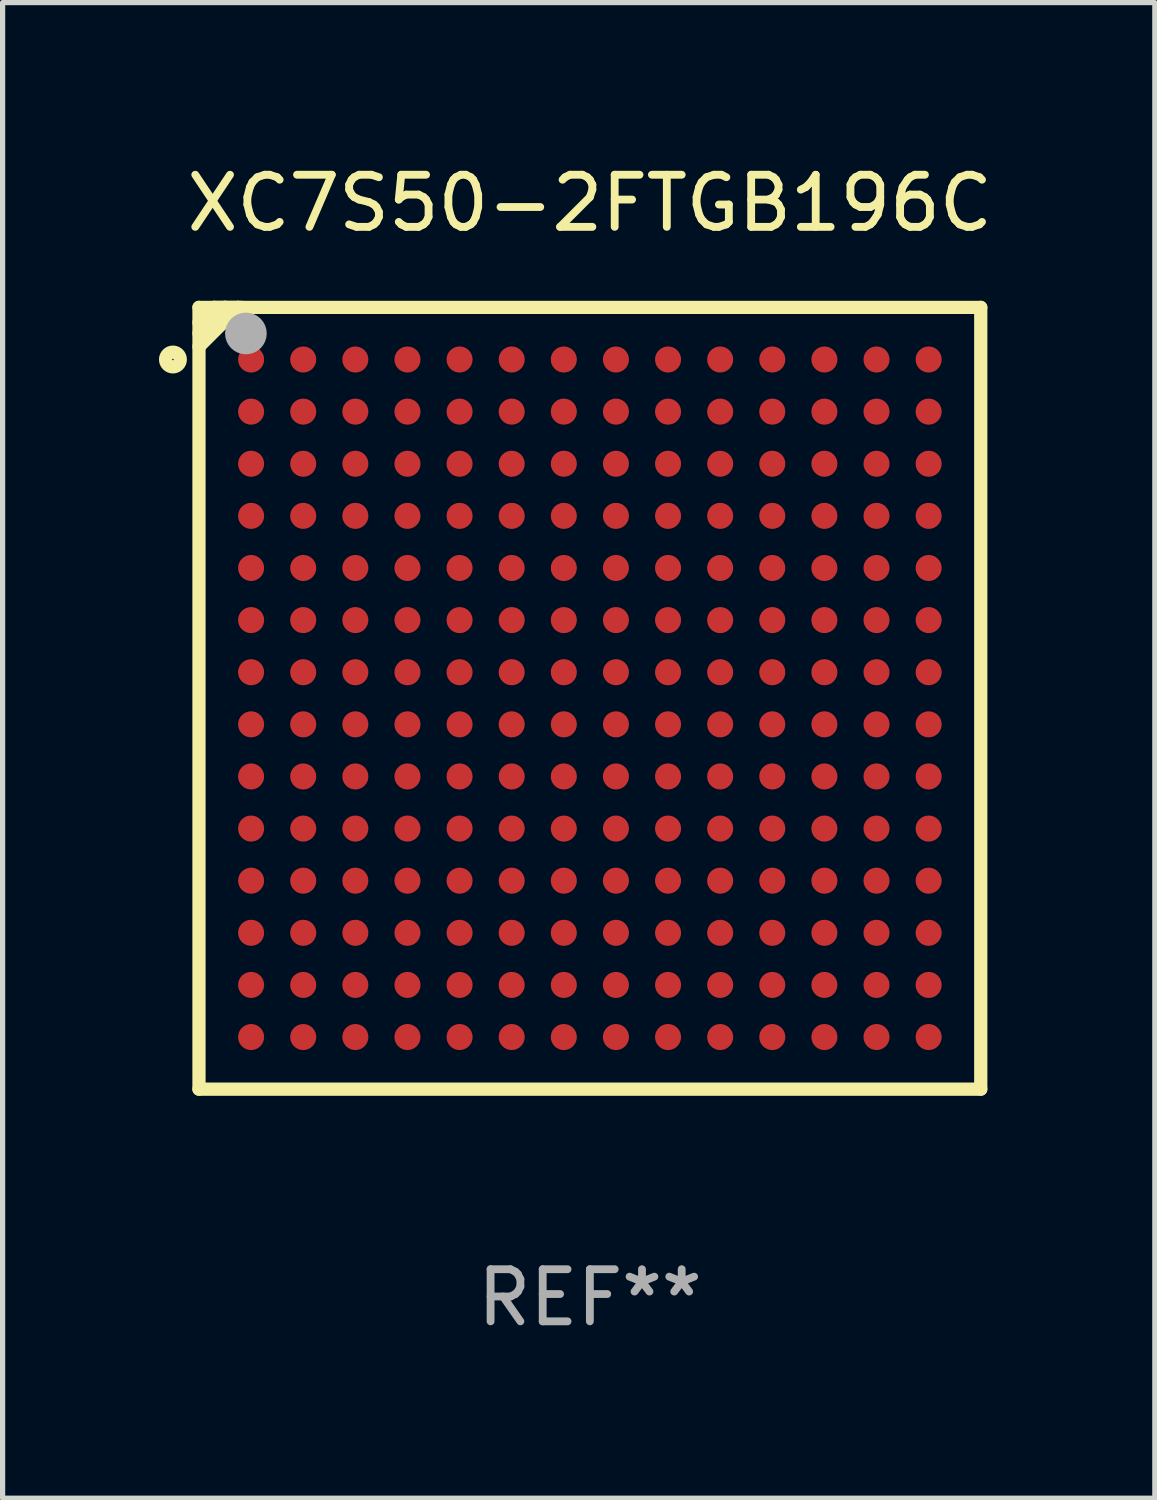
<source format=kicad_pcb>
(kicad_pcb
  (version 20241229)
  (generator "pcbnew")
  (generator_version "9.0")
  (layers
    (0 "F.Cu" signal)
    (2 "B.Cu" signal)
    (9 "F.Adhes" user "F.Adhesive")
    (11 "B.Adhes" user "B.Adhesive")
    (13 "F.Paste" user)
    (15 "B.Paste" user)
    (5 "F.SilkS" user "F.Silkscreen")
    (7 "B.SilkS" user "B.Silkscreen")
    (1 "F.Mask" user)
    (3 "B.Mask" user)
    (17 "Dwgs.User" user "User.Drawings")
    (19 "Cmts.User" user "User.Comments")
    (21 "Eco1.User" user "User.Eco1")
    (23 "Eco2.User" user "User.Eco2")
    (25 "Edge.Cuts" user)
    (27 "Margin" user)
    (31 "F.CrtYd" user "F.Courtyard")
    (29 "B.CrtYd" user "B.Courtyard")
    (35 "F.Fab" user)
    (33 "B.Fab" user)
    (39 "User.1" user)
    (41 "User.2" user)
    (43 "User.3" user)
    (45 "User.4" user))
  (footprint "XC7S50-2FTGB196C"
    (layer "F.Cu")
    (at 8.268 10.348)
    (property "Reference" "XC7S50-2FTGB196C" (at 0 -9.5 0) (layer "F.SilkS") (effects (font (size 1 1) (thickness 0.15))))
    (attr through_hole)
    (fp_line (start -7.5 -7.5) (end 7.5 -7.5) (stroke (width 0.254) (type solid)) (layer "F.SilkS"))
    (fp_line (start -7.5 7.5) (end -7.5 -7.5) (stroke (width 0.254) (type solid)) (layer "F.SilkS"))
    (fp_line (start -7.209 -7.5) (end -7.5 -7.209) (stroke (width 0.254) (type solid)) (layer "F.SilkS"))
    (fp_line (start -7.002 -7.5) (end -7.5 -7.002) (stroke (width 0.254) (type solid)) (layer "F.SilkS"))
    (fp_line (start -7 -7.5) (end -7.209 -7.5) (stroke (width 0.254) (type solid)) (layer "F.SilkS"))
    (fp_line (start -6.772 -7.5) (end -7.002 -7.5) (stroke (width 0.254) (type solid)) (layer "F.SilkS"))
    (fp_line (start -6.748 -7.5) (end -7.5 -6.748) (stroke (width 0.254) (type solid)) (layer "F.SilkS"))
    (fp_line (start -6.677 -7.5) (end -6.748 -7.5) (stroke (width 0.254) (type solid)) (layer "F.SilkS"))
    (fp_line (start 7.5 -7.5) (end 7.5 7.5) (stroke (width 0.254) (type solid)) (layer "F.SilkS"))
    (fp_line (start 7.5 7.5) (end -7.5 7.5) (stroke (width 0.254) (type solid)) (layer "F.SilkS"))
    (fp_circle (center -8 -6.5) (end -7.859 -6.5) (stroke (width 0.254) (type solid)) (fill no) (layer "F.SilkS"))
    (fp_circle (center -7.5 -7.5) (end -7.47 -7.5) (stroke (width 0.06) (type solid)) (fill no) (layer "F.SilkS"))
    (fp_circle (center -6.6 -7) (end -6.4 -7) (stroke (width 0.4) (type solid)) (fill no) (layer "F.Fab"))
    (fp_text user "REF**" (at 0 11.5 0) (layer "F.Fab") (effects (font (size 1 1) (thickness 0.15))))
    (pad "A1" smd circle (at -6.5 -6.5) (size 0.5 0.5) (layers "F.Cu" "F.Mask" "F.Paste"))
    (pad "A2" smd circle (at -5.5 -6.5) (size 0.5 0.5) (layers "F.Cu" "F.Mask" "F.Paste"))
    (pad "A3" smd circle (at -4.5 -6.5) (size 0.5 0.5) (layers "F.Cu" "F.Mask" "F.Paste"))
    (pad "A4" smd circle (at -3.5 -6.5) (size 0.5 0.5) (layers "F.Cu" "F.Mask" "F.Paste"))
    (pad "A5" smd circle (at -2.5 -6.5) (size 0.5 0.5) (layers "F.Cu" "F.Mask" "F.Paste"))
    (pad "A6" smd circle (at -1.5 -6.5) (size 0.5 0.5) (layers "F.Cu" "F.Mask" "F.Paste"))
    (pad "A7" smd circle (at -0.5 -6.5) (size 0.5 0.5) (layers "F.Cu" "F.Mask" "F.Paste"))
    (pad "A8" smd circle (at 0.5 -6.5) (size 0.5 0.5) (layers "F.Cu" "F.Mask" "F.Paste"))
    (pad "A9" smd circle (at 1.5 -6.5) (size 0.5 0.5) (layers "F.Cu" "F.Mask" "F.Paste"))
    (pad "A10" smd circle (at 2.5 -6.5) (size 0.5 0.5) (layers "F.Cu" "F.Mask" "F.Paste"))
    (pad "A11" smd circle (at 3.5 -6.5) (size 0.5 0.5) (layers "F.Cu" "F.Mask" "F.Paste"))
    (pad "A12" smd circle (at 4.5 -6.5) (size 0.5 0.5) (layers "F.Cu" "F.Mask" "F.Paste"))
    (pad "A13" smd circle (at 5.5 -6.5) (size 0.5 0.5) (layers "F.Cu" "F.Mask" "F.Paste"))
    (pad "A14" smd circle (at 6.5 -6.5) (size 0.5 0.5) (layers "F.Cu" "F.Mask" "F.Paste"))
    (pad "B1" smd circle (at -6.5 -5.5) (size 0.5 0.5) (layers "F.Cu" "F.Mask" "F.Paste"))
    (pad "B2" smd circle (at -5.5 -5.5) (size 0.5 0.5) (layers "F.Cu" "F.Mask" "F.Paste"))
    (pad "B3" smd circle (at -4.5 -5.5) (size 0.5 0.5) (layers "F.Cu" "F.Mask" "F.Paste"))
    (pad "B4" smd circle (at -3.5 -5.5) (size 0.5 0.5) (layers "F.Cu" "F.Mask" "F.Paste"))
    (pad "B5" smd circle (at -2.5 -5.5) (size 0.5 0.5) (layers "F.Cu" "F.Mask" "F.Paste"))
    (pad "B6" smd circle (at -1.5 -5.5) (size 0.5 0.5) (layers "F.Cu" "F.Mask" "F.Paste"))
    (pad "B7" smd circle (at -0.5 -5.5) (size 0.5 0.5) (layers "F.Cu" "F.Mask" "F.Paste"))
    (pad "B8" smd circle (at 0.5 -5.5) (size 0.5 0.5) (layers "F.Cu" "F.Mask" "F.Paste"))
    (pad "B9" smd circle (at 1.5 -5.5) (size 0.5 0.5) (layers "F.Cu" "F.Mask" "F.Paste"))
    (pad "B10" smd circle (at 2.5 -5.5) (size 0.5 0.5) (layers "F.Cu" "F.Mask" "F.Paste"))
    (pad "B11" smd circle (at 3.5 -5.5) (size 0.5 0.5) (layers "F.Cu" "F.Mask" "F.Paste"))
    (pad "B12" smd circle (at 4.5 -5.5) (size 0.5 0.5) (layers "F.Cu" "F.Mask" "F.Paste"))
    (pad "B13" smd circle (at 5.5 -5.5) (size 0.5 0.5) (layers "F.Cu" "F.Mask" "F.Paste"))
    (pad "B14" smd circle (at 6.5 -5.5) (size 0.5 0.5) (layers "F.Cu" "F.Mask" "F.Paste"))
    (pad "C1" smd circle (at -6.5 -4.5) (size 0.5 0.5) (layers "F.Cu" "F.Mask" "F.Paste"))
    (pad "C2" smd circle (at -5.5 -4.5) (size 0.5 0.5) (layers "F.Cu" "F.Mask" "F.Paste"))
    (pad "C3" smd circle (at -4.5 -4.5) (size 0.5 0.5) (layers "F.Cu" "F.Mask" "F.Paste"))
    (pad "C4" smd circle (at -3.5 -4.5) (size 0.5 0.5) (layers "F.Cu" "F.Mask" "F.Paste"))
    (pad "C5" smd circle (at -2.5 -4.5) (size 0.5 0.5) (layers "F.Cu" "F.Mask" "F.Paste"))
    (pad "C6" smd circle (at -1.5 -4.5) (size 0.5 0.5) (layers "F.Cu" "F.Mask" "F.Paste"))
    (pad "C7" smd circle (at -0.5 -4.5) (size 0.5 0.5) (layers "F.Cu" "F.Mask" "F.Paste"))
    (pad "C8" smd circle (at 0.5 -4.5) (size 0.5 0.5) (layers "F.Cu" "F.Mask" "F.Paste"))
    (pad "C9" smd circle (at 1.5 -4.5) (size 0.5 0.5) (layers "F.Cu" "F.Mask" "F.Paste"))
    (pad "C10" smd circle (at 2.5 -4.5) (size 0.5 0.5) (layers "F.Cu" "F.Mask" "F.Paste"))
    (pad "C11" smd circle (at 3.5 -4.5) (size 0.5 0.5) (layers "F.Cu" "F.Mask" "F.Paste"))
    (pad "C12" smd circle (at 4.5 -4.5) (size 0.5 0.5) (layers "F.Cu" "F.Mask" "F.Paste"))
    (pad "C13" smd circle (at 5.5 -4.5) (size 0.5 0.5) (layers "F.Cu" "F.Mask" "F.Paste"))
    (pad "C14" smd circle (at 6.5 -4.5) (size 0.5 0.5) (layers "F.Cu" "F.Mask" "F.Paste"))
    (pad "D1" smd circle (at -6.5 -3.5) (size 0.5 0.5) (layers "F.Cu" "F.Mask" "F.Paste"))
    (pad "D2" smd circle (at -5.5 -3.5) (size 0.5 0.5) (layers "F.Cu" "F.Mask" "F.Paste"))
    (pad "D3" smd circle (at -4.5 -3.5) (size 0.5 0.5) (layers "F.Cu" "F.Mask" "F.Paste"))
    (pad "D4" smd circle (at -3.5 -3.5) (size 0.5 0.5) (layers "F.Cu" "F.Mask" "F.Paste"))
    (pad "D5" smd circle (at -2.5 -3.5) (size 0.5 0.5) (layers "F.Cu" "F.Mask" "F.Paste"))
    (pad "D6" smd circle (at -1.5 -3.5) (size 0.5 0.5) (layers "F.Cu" "F.Mask" "F.Paste"))
    (pad "D7" smd circle (at -0.5 -3.5) (size 0.5 0.5) (layers "F.Cu" "F.Mask" "F.Paste"))
    (pad "D8" smd circle (at 0.5 -3.5) (size 0.5 0.5) (layers "F.Cu" "F.Mask" "F.Paste"))
    (pad "D9" smd circle (at 1.5 -3.5) (size 0.5 0.5) (layers "F.Cu" "F.Mask" "F.Paste"))
    (pad "D10" smd circle (at 2.5 -3.5) (size 0.5 0.5) (layers "F.Cu" "F.Mask" "F.Paste"))
    (pad "D11" smd circle (at 3.5 -3.5) (size 0.5 0.5) (layers "F.Cu" "F.Mask" "F.Paste"))
    (pad "D12" smd circle (at 4.5 -3.5) (size 0.5 0.5) (layers "F.Cu" "F.Mask" "F.Paste"))
    (pad "D13" smd circle (at 5.5 -3.5) (size 0.5 0.5) (layers "F.Cu" "F.Mask" "F.Paste"))
    (pad "D14" smd circle (at 6.5 -3.5) (size 0.5 0.5) (layers "F.Cu" "F.Mask" "F.Paste"))
    (pad "E1" smd circle (at -6.5 -2.5) (size 0.5 0.5) (layers "F.Cu" "F.Mask" "F.Paste"))
    (pad "E2" smd circle (at -5.5 -2.5) (size 0.5 0.5) (layers "F.Cu" "F.Mask" "F.Paste"))
    (pad "E3" smd circle (at -4.5 -2.5) (size 0.5 0.5) (layers "F.Cu" "F.Mask" "F.Paste"))
    (pad "E4" smd circle (at -3.5 -2.5) (size 0.5 0.5) (layers "F.Cu" "F.Mask" "F.Paste"))
    (pad "E5" smd circle (at -2.5 -2.5) (size 0.5 0.5) (layers "F.Cu" "F.Mask" "F.Paste"))
    (pad "E6" smd circle (at -1.5 -2.5) (size 0.5 0.5) (layers "F.Cu" "F.Mask" "F.Paste"))
    (pad "E7" smd circle (at -0.5 -2.5) (size 0.5 0.5) (layers "F.Cu" "F.Mask" "F.Paste"))
    (pad "E8" smd circle (at 0.5 -2.5) (size 0.5 0.5) (layers "F.Cu" "F.Mask" "F.Paste"))
    (pad "E9" smd circle (at 1.5 -2.5) (size 0.5 0.5) (layers "F.Cu" "F.Mask" "F.Paste"))
    (pad "E10" smd circle (at 2.5 -2.5) (size 0.5 0.5) (layers "F.Cu" "F.Mask" "F.Paste"))
    (pad "E11" smd circle (at 3.5 -2.5) (size 0.5 0.5) (layers "F.Cu" "F.Mask" "F.Paste"))
    (pad "E12" smd circle (at 4.5 -2.5) (size 0.5 0.5) (layers "F.Cu" "F.Mask" "F.Paste"))
    (pad "E13" smd circle (at 5.5 -2.5) (size 0.5 0.5) (layers "F.Cu" "F.Mask" "F.Paste"))
    (pad "E14" smd circle (at 6.5 -2.5) (size 0.5 0.5) (layers "F.Cu" "F.Mask" "F.Paste"))
    (pad "F1" smd circle (at -6.5 -1.5) (size 0.5 0.5) (layers "F.Cu" "F.Mask" "F.Paste"))
    (pad "F2" smd circle (at -5.5 -1.5) (size 0.5 0.5) (layers "F.Cu" "F.Mask" "F.Paste"))
    (pad "F3" smd circle (at -4.5 -1.5) (size 0.5 0.5) (layers "F.Cu" "F.Mask" "F.Paste"))
    (pad "F4" smd circle (at -3.5 -1.5) (size 0.5 0.5) (layers "F.Cu" "F.Mask" "F.Paste"))
    (pad "F5" smd circle (at -2.5 -1.5) (size 0.5 0.5) (layers "F.Cu" "F.Mask" "F.Paste"))
    (pad "F6" smd circle (at -1.5 -1.5) (size 0.5 0.5) (layers "F.Cu" "F.Mask" "F.Paste"))
    (pad "F7" smd circle (at -0.5 -1.5) (size 0.5 0.5) (layers "F.Cu" "F.Mask" "F.Paste"))
    (pad "F8" smd circle (at 0.5 -1.5) (size 0.5 0.5) (layers "F.Cu" "F.Mask" "F.Paste"))
    (pad "F9" smd circle (at 1.5 -1.5) (size 0.5 0.5) (layers "F.Cu" "F.Mask" "F.Paste"))
    (pad "F10" smd circle (at 2.5 -1.5) (size 0.5 0.5) (layers "F.Cu" "F.Mask" "F.Paste"))
    (pad "F11" smd circle (at 3.5 -1.5) (size 0.5 0.5) (layers "F.Cu" "F.Mask" "F.Paste"))
    (pad "F12" smd circle (at 4.5 -1.5) (size 0.5 0.5) (layers "F.Cu" "F.Mask" "F.Paste"))
    (pad "F13" smd circle (at 5.5 -1.5) (size 0.5 0.5) (layers "F.Cu" "F.Mask" "F.Paste"))
    (pad "F14" smd circle (at 6.5 -1.5) (size 0.5 0.5) (layers "F.Cu" "F.Mask" "F.Paste"))
    (pad "G1" smd circle (at -6.5 -0.5) (size 0.5 0.5) (layers "F.Cu" "F.Mask" "F.Paste"))
    (pad "G2" smd circle (at -5.5 -0.5) (size 0.5 0.5) (layers "F.Cu" "F.Mask" "F.Paste"))
    (pad "G3" smd circle (at -4.5 -0.5) (size 0.5 0.5) (layers "F.Cu" "F.Mask" "F.Paste"))
    (pad "G4" smd circle (at -3.5 -0.5) (size 0.5 0.5) (layers "F.Cu" "F.Mask" "F.Paste"))
    (pad "G5" smd circle (at -2.5 -0.5) (size 0.5 0.5) (layers "F.Cu" "F.Mask" "F.Paste"))
    (pad "G6" smd circle (at -1.5 -0.5) (size 0.5 0.5) (layers "F.Cu" "F.Mask" "F.Paste"))
    (pad "G7" smd circle (at -0.5 -0.5) (size 0.5 0.5) (layers "F.Cu" "F.Mask" "F.Paste"))
    (pad "G8" smd circle (at 0.5 -0.5) (size 0.5 0.5) (layers "F.Cu" "F.Mask" "F.Paste"))
    (pad "G9" smd circle (at 1.5 -0.5) (size 0.5 0.5) (layers "F.Cu" "F.Mask" "F.Paste"))
    (pad "G10" smd circle (at 2.5 -0.5) (size 0.5 0.5) (layers "F.Cu" "F.Mask" "F.Paste"))
    (pad "G11" smd circle (at 3.5 -0.5) (size 0.5 0.5) (layers "F.Cu" "F.Mask" "F.Paste"))
    (pad "G12" smd circle (at 4.5 -0.5) (size 0.5 0.5) (layers "F.Cu" "F.Mask" "F.Paste"))
    (pad "G13" smd circle (at 5.5 -0.5) (size 0.5 0.5) (layers "F.Cu" "F.Mask" "F.Paste"))
    (pad "G14" smd circle (at 6.5 -0.5) (size 0.5 0.5) (layers "F.Cu" "F.Mask" "F.Paste"))
    (pad "H1" smd circle (at -6.5 0.5) (size 0.5 0.5) (layers "F.Cu" "F.Mask" "F.Paste"))
    (pad "H2" smd circle (at -5.5 0.5) (size 0.5 0.5) (layers "F.Cu" "F.Mask" "F.Paste"))
    (pad "H3" smd circle (at -4.5 0.5) (size 0.5 0.5) (layers "F.Cu" "F.Mask" "F.Paste"))
    (pad "H4" smd circle (at -3.5 0.5) (size 0.5 0.5) (layers "F.Cu" "F.Mask" "F.Paste"))
    (pad "H5" smd circle (at -2.5 0.5) (size 0.5 0.5) (layers "F.Cu" "F.Mask" "F.Paste"))
    (pad "H6" smd circle (at -1.5 0.5) (size 0.5 0.5) (layers "F.Cu" "F.Mask" "F.Paste"))
    (pad "H7" smd circle (at -0.5 0.5) (size 0.5 0.5) (layers "F.Cu" "F.Mask" "F.Paste"))
    (pad "H8" smd circle (at 0.5 0.5) (size 0.5 0.5) (layers "F.Cu" "F.Mask" "F.Paste"))
    (pad "H9" smd circle (at 1.5 0.5) (size 0.5 0.5) (layers "F.Cu" "F.Mask" "F.Paste"))
    (pad "H10" smd circle (at 2.5 0.5) (size 0.5 0.5) (layers "F.Cu" "F.Mask" "F.Paste"))
    (pad "H11" smd circle (at 3.5 0.5) (size 0.5 0.5) (layers "F.Cu" "F.Mask" "F.Paste"))
    (pad "H12" smd circle (at 4.5 0.5) (size 0.5 0.5) (layers "F.Cu" "F.Mask" "F.Paste"))
    (pad "H13" smd circle (at 5.5 0.5) (size 0.5 0.5) (layers "F.Cu" "F.Mask" "F.Paste"))
    (pad "H14" smd circle (at 6.5 0.5) (size 0.5 0.5) (layers "F.Cu" "F.Mask" "F.Paste"))
    (pad "J1" smd circle (at -6.5 1.5) (size 0.5 0.5) (layers "F.Cu" "F.Mask" "F.Paste"))
    (pad "J2" smd circle (at -5.5 1.5) (size 0.5 0.5) (layers "F.Cu" "F.Mask" "F.Paste"))
    (pad "J3" smd circle (at -4.5 1.5) (size 0.5 0.5) (layers "F.Cu" "F.Mask" "F.Paste"))
    (pad "J4" smd circle (at -3.5 1.5) (size 0.5 0.5) (layers "F.Cu" "F.Mask" "F.Paste"))
    (pad "J5" smd circle (at -2.5 1.5) (size 0.5 0.5) (layers "F.Cu" "F.Mask" "F.Paste"))
    (pad "J6" smd circle (at -1.5 1.5) (size 0.5 0.5) (layers "F.Cu" "F.Mask" "F.Paste"))
    (pad "J7" smd circle (at -0.5 1.5) (size 0.5 0.5) (layers "F.Cu" "F.Mask" "F.Paste"))
    (pad "J8" smd circle (at 0.5 1.5) (size 0.5 0.5) (layers "F.Cu" "F.Mask" "F.Paste"))
    (pad "J9" smd circle (at 1.5 1.5) (size 0.5 0.5) (layers "F.Cu" "F.Mask" "F.Paste"))
    (pad "J10" smd circle (at 2.5 1.5) (size 0.5 0.5) (layers "F.Cu" "F.Mask" "F.Paste"))
    (pad "J11" smd circle (at 3.5 1.5) (size 0.5 0.5) (layers "F.Cu" "F.Mask" "F.Paste"))
    (pad "J12" smd circle (at 4.5 1.5) (size 0.5 0.5) (layers "F.Cu" "F.Mask" "F.Paste"))
    (pad "J13" smd circle (at 5.5 1.5) (size 0.5 0.5) (layers "F.Cu" "F.Mask" "F.Paste"))
    (pad "J14" smd circle (at 6.5 1.5) (size 0.5 0.5) (layers "F.Cu" "F.Mask" "F.Paste"))
    (pad "K1" smd circle (at -6.5 2.5) (size 0.5 0.5) (layers "F.Cu" "F.Mask" "F.Paste"))
    (pad "K2" smd circle (at -5.5 2.5) (size 0.5 0.5) (layers "F.Cu" "F.Mask" "F.Paste"))
    (pad "K3" smd circle (at -4.5 2.5) (size 0.5 0.5) (layers "F.Cu" "F.Mask" "F.Paste"))
    (pad "K4" smd circle (at -3.5 2.5) (size 0.5 0.5) (layers "F.Cu" "F.Mask" "F.Paste"))
    (pad "K5" smd circle (at -2.5 2.5) (size 0.5 0.5) (layers "F.Cu" "F.Mask" "F.Paste"))
    (pad "K6" smd circle (at -1.5 2.5) (size 0.5 0.5) (layers "F.Cu" "F.Mask" "F.Paste"))
    (pad "K7" smd circle (at -0.5 2.5) (size 0.5 0.5) (layers "F.Cu" "F.Mask" "F.Paste"))
    (pad "K8" smd circle (at 0.5 2.5) (size 0.5 0.5) (layers "F.Cu" "F.Mask" "F.Paste"))
    (pad "K9" smd circle (at 1.5 2.5) (size 0.5 0.5) (layers "F.Cu" "F.Mask" "F.Paste"))
    (pad "K10" smd circle (at 2.5 2.5) (size 0.5 0.5) (layers "F.Cu" "F.Mask" "F.Paste"))
    (pad "K11" smd circle (at 3.5 2.5) (size 0.5 0.5) (layers "F.Cu" "F.Mask" "F.Paste"))
    (pad "K12" smd circle (at 4.5 2.5) (size 0.5 0.5) (layers "F.Cu" "F.Mask" "F.Paste"))
    (pad "K13" smd circle (at 5.5 2.5) (size 0.5 0.5) (layers "F.Cu" "F.Mask" "F.Paste"))
    (pad "K14" smd circle (at 6.5 2.5) (size 0.5 0.5) (layers "F.Cu" "F.Mask" "F.Paste"))
    (pad "L1" smd circle (at -6.5 3.5) (size 0.5 0.5) (layers "F.Cu" "F.Mask" "F.Paste"))
    (pad "L2" smd circle (at -5.5 3.5) (size 0.5 0.5) (layers "F.Cu" "F.Mask" "F.Paste"))
    (pad "L3" smd circle (at -4.5 3.5) (size 0.5 0.5) (layers "F.Cu" "F.Mask" "F.Paste"))
    (pad "L4" smd circle (at -3.5 3.5) (size 0.5 0.5) (layers "F.Cu" "F.Mask" "F.Paste"))
    (pad "L5" smd circle (at -2.5 3.5) (size 0.5 0.5) (layers "F.Cu" "F.Mask" "F.Paste"))
    (pad "L6" smd circle (at -1.5 3.5) (size 0.5 0.5) (layers "F.Cu" "F.Mask" "F.Paste"))
    (pad "L7" smd circle (at -0.5 3.5) (size 0.5 0.5) (layers "F.Cu" "F.Mask" "F.Paste"))
    (pad "L8" smd circle (at 0.5 3.5) (size 0.5 0.5) (layers "F.Cu" "F.Mask" "F.Paste"))
    (pad "L9" smd circle (at 1.5 3.5) (size 0.5 0.5) (layers "F.Cu" "F.Mask" "F.Paste"))
    (pad "L10" smd circle (at 2.5 3.5) (size 0.5 0.5) (layers "F.Cu" "F.Mask" "F.Paste"))
    (pad "L11" smd circle (at 3.5 3.5) (size 0.5 0.5) (layers "F.Cu" "F.Mask" "F.Paste"))
    (pad "L12" smd circle (at 4.5 3.5) (size 0.5 0.5) (layers "F.Cu" "F.Mask" "F.Paste"))
    (pad "L13" smd circle (at 5.5 3.5) (size 0.5 0.5) (layers "F.Cu" "F.Mask" "F.Paste"))
    (pad "L14" smd circle (at 6.5 3.5) (size 0.5 0.5) (layers "F.Cu" "F.Mask" "F.Paste"))
    (pad "M1" smd circle (at -6.5 4.5) (size 0.5 0.5) (layers "F.Cu" "F.Mask" "F.Paste"))
    (pad "M2" smd circle (at -5.5 4.5) (size 0.5 0.5) (layers "F.Cu" "F.Mask" "F.Paste"))
    (pad "M3" smd circle (at -4.5 4.5) (size 0.5 0.5) (layers "F.Cu" "F.Mask" "F.Paste"))
    (pad "M4" smd circle (at -3.5 4.5) (size 0.5 0.5) (layers "F.Cu" "F.Mask" "F.Paste"))
    (pad "M5" smd circle (at -2.5 4.5) (size 0.5 0.5) (layers "F.Cu" "F.Mask" "F.Paste"))
    (pad "M6" smd circle (at -1.5 4.5) (size 0.5 0.5) (layers "F.Cu" "F.Mask" "F.Paste"))
    (pad "M7" smd circle (at -0.5 4.5) (size 0.5 0.5) (layers "F.Cu" "F.Mask" "F.Paste"))
    (pad "M8" smd circle (at 0.5 4.5) (size 0.5 0.5) (layers "F.Cu" "F.Mask" "F.Paste"))
    (pad "M9" smd circle (at 1.5 4.5) (size 0.5 0.5) (layers "F.Cu" "F.Mask" "F.Paste"))
    (pad "M10" smd circle (at 2.5 4.5) (size 0.5 0.5) (layers "F.Cu" "F.Mask" "F.Paste"))
    (pad "M11" smd circle (at 3.5 4.5) (size 0.5 0.5) (layers "F.Cu" "F.Mask" "F.Paste"))
    (pad "M12" smd circle (at 4.5 4.5) (size 0.5 0.5) (layers "F.Cu" "F.Mask" "F.Paste"))
    (pad "M13" smd circle (at 5.5 4.5) (size 0.5 0.5) (layers "F.Cu" "F.Mask" "F.Paste"))
    (pad "M14" smd circle (at 6.5 4.5) (size 0.5 0.5) (layers "F.Cu" "F.Mask" "F.Paste"))
    (pad "N1" smd circle (at -6.5 5.5) (size 0.5 0.5) (layers "F.Cu" "F.Mask" "F.Paste"))
    (pad "N2" smd circle (at -5.5 5.5) (size 0.5 0.5) (layers "F.Cu" "F.Mask" "F.Paste"))
    (pad "N3" smd circle (at -4.5 5.5) (size 0.5 0.5) (layers "F.Cu" "F.Mask" "F.Paste"))
    (pad "N4" smd circle (at -3.5 5.5) (size 0.5 0.5) (layers "F.Cu" "F.Mask" "F.Paste"))
    (pad "N5" smd circle (at -2.5 5.5) (size 0.5 0.5) (layers "F.Cu" "F.Mask" "F.Paste"))
    (pad "N6" smd circle (at -1.5 5.5) (size 0.5 0.5) (layers "F.Cu" "F.Mask" "F.Paste"))
    (pad "N7" smd circle (at -0.5 5.5) (size 0.5 0.5) (layers "F.Cu" "F.Mask" "F.Paste"))
    (pad "N8" smd circle (at 0.5 5.5) (size 0.5 0.5) (layers "F.Cu" "F.Mask" "F.Paste"))
    (pad "N9" smd circle (at 1.5 5.5) (size 0.5 0.5) (layers "F.Cu" "F.Mask" "F.Paste"))
    (pad "N10" smd circle (at 2.5 5.5) (size 0.5 0.5) (layers "F.Cu" "F.Mask" "F.Paste"))
    (pad "N11" smd circle (at 3.5 5.5) (size 0.5 0.5) (layers "F.Cu" "F.Mask" "F.Paste"))
    (pad "N12" smd circle (at 4.5 5.5) (size 0.5 0.5) (layers "F.Cu" "F.Mask" "F.Paste"))
    (pad "N13" smd circle (at 5.5 5.5) (size 0.5 0.5) (layers "F.Cu" "F.Mask" "F.Paste"))
    (pad "N14" smd circle (at 6.5 5.5) (size 0.5 0.5) (layers "F.Cu" "F.Mask" "F.Paste"))
    (pad "P1" smd circle (at -6.5 6.5) (size 0.5 0.5) (layers "F.Cu" "F.Mask" "F.Paste"))
    (pad "P2" smd circle (at -5.5 6.5) (size 0.5 0.5) (layers "F.Cu" "F.Mask" "F.Paste"))
    (pad "P3" smd circle (at -4.5 6.5) (size 0.5 0.5) (layers "F.Cu" "F.Mask" "F.Paste"))
    (pad "P4" smd circle (at -3.5 6.5) (size 0.5 0.5) (layers "F.Cu" "F.Mask" "F.Paste"))
    (pad "P5" smd circle (at -2.5 6.5) (size 0.5 0.5) (layers "F.Cu" "F.Mask" "F.Paste"))
    (pad "P6" smd circle (at -1.5 6.5) (size 0.5 0.5) (layers "F.Cu" "F.Mask" "F.Paste"))
    (pad "P7" smd circle (at -0.5 6.5) (size 0.5 0.5) (layers "F.Cu" "F.Mask" "F.Paste"))
    (pad "P8" smd circle (at 0.5 6.5) (size 0.5 0.5) (layers "F.Cu" "F.Mask" "F.Paste"))
    (pad "P9" smd circle (at 1.5 6.5) (size 0.5 0.5) (layers "F.Cu" "F.Mask" "F.Paste"))
    (pad "P10" smd circle (at 2.5 6.5) (size 0.5 0.5) (layers "F.Cu" "F.Mask" "F.Paste"))
    (pad "P11" smd circle (at 3.5 6.5) (size 0.5 0.5) (layers "F.Cu" "F.Mask" "F.Paste"))
    (pad "P12" smd circle (at 4.5 6.5) (size 0.5 0.5) (layers "F.Cu" "F.Mask" "F.Paste"))
    (pad "P13" smd circle (at 5.5 6.5) (size 0.5 0.5) (layers "F.Cu" "F.Mask" "F.Paste"))
    (pad "P14" smd circle (at 6.5 6.5) (size 0.5 0.5) (layers "F.Cu" "F.Mask" "F.Paste")))
  (gr_rect
    (start -3 -3)
    (end 19.108 25.697)
    (stroke (width 0.1) (type default))
    (fill no)
    (layer "Edge.Cuts")))
</source>
